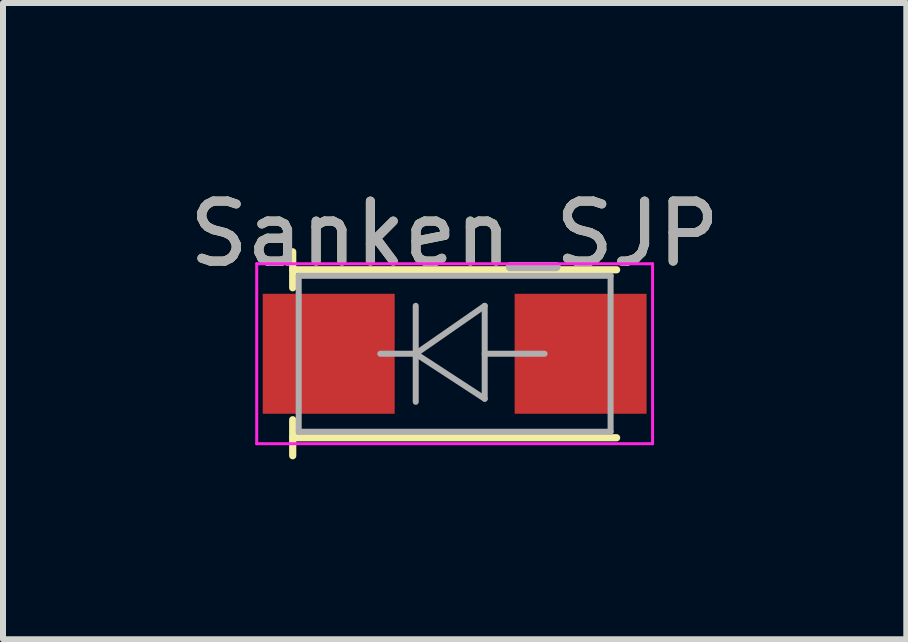
<source format=kicad_pcb>
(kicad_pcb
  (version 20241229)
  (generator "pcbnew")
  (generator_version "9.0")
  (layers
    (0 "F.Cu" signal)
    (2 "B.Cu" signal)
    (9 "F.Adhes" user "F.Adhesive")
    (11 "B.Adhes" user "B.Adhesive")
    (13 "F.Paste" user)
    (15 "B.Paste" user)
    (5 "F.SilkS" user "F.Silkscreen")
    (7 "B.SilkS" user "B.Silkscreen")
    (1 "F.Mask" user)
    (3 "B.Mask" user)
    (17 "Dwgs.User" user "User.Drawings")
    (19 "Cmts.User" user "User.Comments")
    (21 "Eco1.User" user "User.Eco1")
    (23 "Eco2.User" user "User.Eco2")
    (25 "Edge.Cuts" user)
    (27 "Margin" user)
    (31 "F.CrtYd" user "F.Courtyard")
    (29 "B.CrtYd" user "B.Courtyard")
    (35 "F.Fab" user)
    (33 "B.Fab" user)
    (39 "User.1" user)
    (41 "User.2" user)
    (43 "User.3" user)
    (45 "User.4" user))
  (footprint "Sanken_SJP"
    (layer "F.Cu")
    (at 4.53 2.848)
    (property "Reference" "Sanken_SJP" (at 0 -2 0) (layer "F.SilkS") (effects (font (size 1 1) (thickness 0.15))))
    (attr smd)
    (fp_line (start -2.7 -1.7) (end -2.7 -1.1) (stroke (width 0.12) (type solid)) (layer "F.SilkS"))
    (fp_line (start -2.7 -1.4) (end 2.7 -1.4) (stroke (width 0.12) (type solid)) (layer "F.SilkS"))
    (fp_line (start -2.7 1.1) (end -2.7 1.7) (stroke (width 0.12) (type solid)) (layer "F.SilkS"))
    (fp_line (start -2.7 1.4) (end 2.7 1.4) (stroke (width 0.12) (type solid)) (layer "F.SilkS"))
    (fp_line (start -3.3 -1.5) (end 3.3 -1.5) (stroke (width 0.05) (type solid)) (layer "F.CrtYd"))
    (fp_line (start -3.3 1.5) (end -3.3 -1.5) (stroke (width 0.05) (type solid)) (layer "F.CrtYd"))
    (fp_line (start -3.3 1.5) (end 3.3 1.5) (stroke (width 0.05) (type solid)) (layer "F.CrtYd"))
    (fp_line (start 3.3 1.5) (end 3.3 -1.5) (stroke (width 0.05) (type solid)) (layer "F.CrtYd"))
    (fp_line (start -2.6 1.3) (end -2.6 -1.3) (stroke (width 0.1) (type solid)) (layer "F.Fab"))
    (fp_line (start -0.649 -0.799) (end -0.649 0.801) (stroke (width 0.1) (type solid)) (layer "F.Fab"))
    (fp_line (start -0.649 0) (end -1.24 0) (stroke (width 0.1) (type solid)) (layer "F.Fab"))
    (fp_line (start -0.649 0) (end 0.501 -0.799) (stroke (width 0.1) (type solid)) (layer "F.Fab"))
    (fp_line (start -0.649 0) (end 0.501 0.75) (stroke (width 0.1) (type solid)) (layer "F.Fab"))
    (fp_line (start 0.501 0) (end 1.499 0) (stroke (width 0.1) (type solid)) (layer "F.Fab"))
    (fp_line (start 0.501 0.75) (end 0.501 -0.799) (stroke (width 0.1) (type solid)) (layer "F.Fab"))
    (fp_line (start 2.6 -1.3) (end -2.6 -1.3) (stroke (width 0.1) (type solid)) (layer "F.Fab"))
    (fp_line (start 2.6 -1.3) (end 2.6 1.3) (stroke (width 0.1) (type solid)) (layer "F.Fab"))
    (fp_line (start 2.6 1.3) (end -2.6 1.3) (stroke (width 0.1) (type solid)) (layer "F.Fab"))
    (fp_text user "${REFERENCE}" (at 0 -2 0) (layer "F.Fab") (effects (font (size 1 1) (thickness 0.15))))
    (pad "1" smd rect (at -2.1 0) (size 2.2 2) (layers "F.Cu" "F.Mask" "F.Paste"))
    (pad "2" smd rect (at 2.1 0) (size 2.2 2) (layers "F.Cu" "F.Mask" "F.Paste")))
  (gr_rect
    (start -3 -3)
    (end 12.06 7.608)
    (stroke (width 0.1) (type default))
    (fill no)
    (layer "Edge.Cuts")))
</source>
